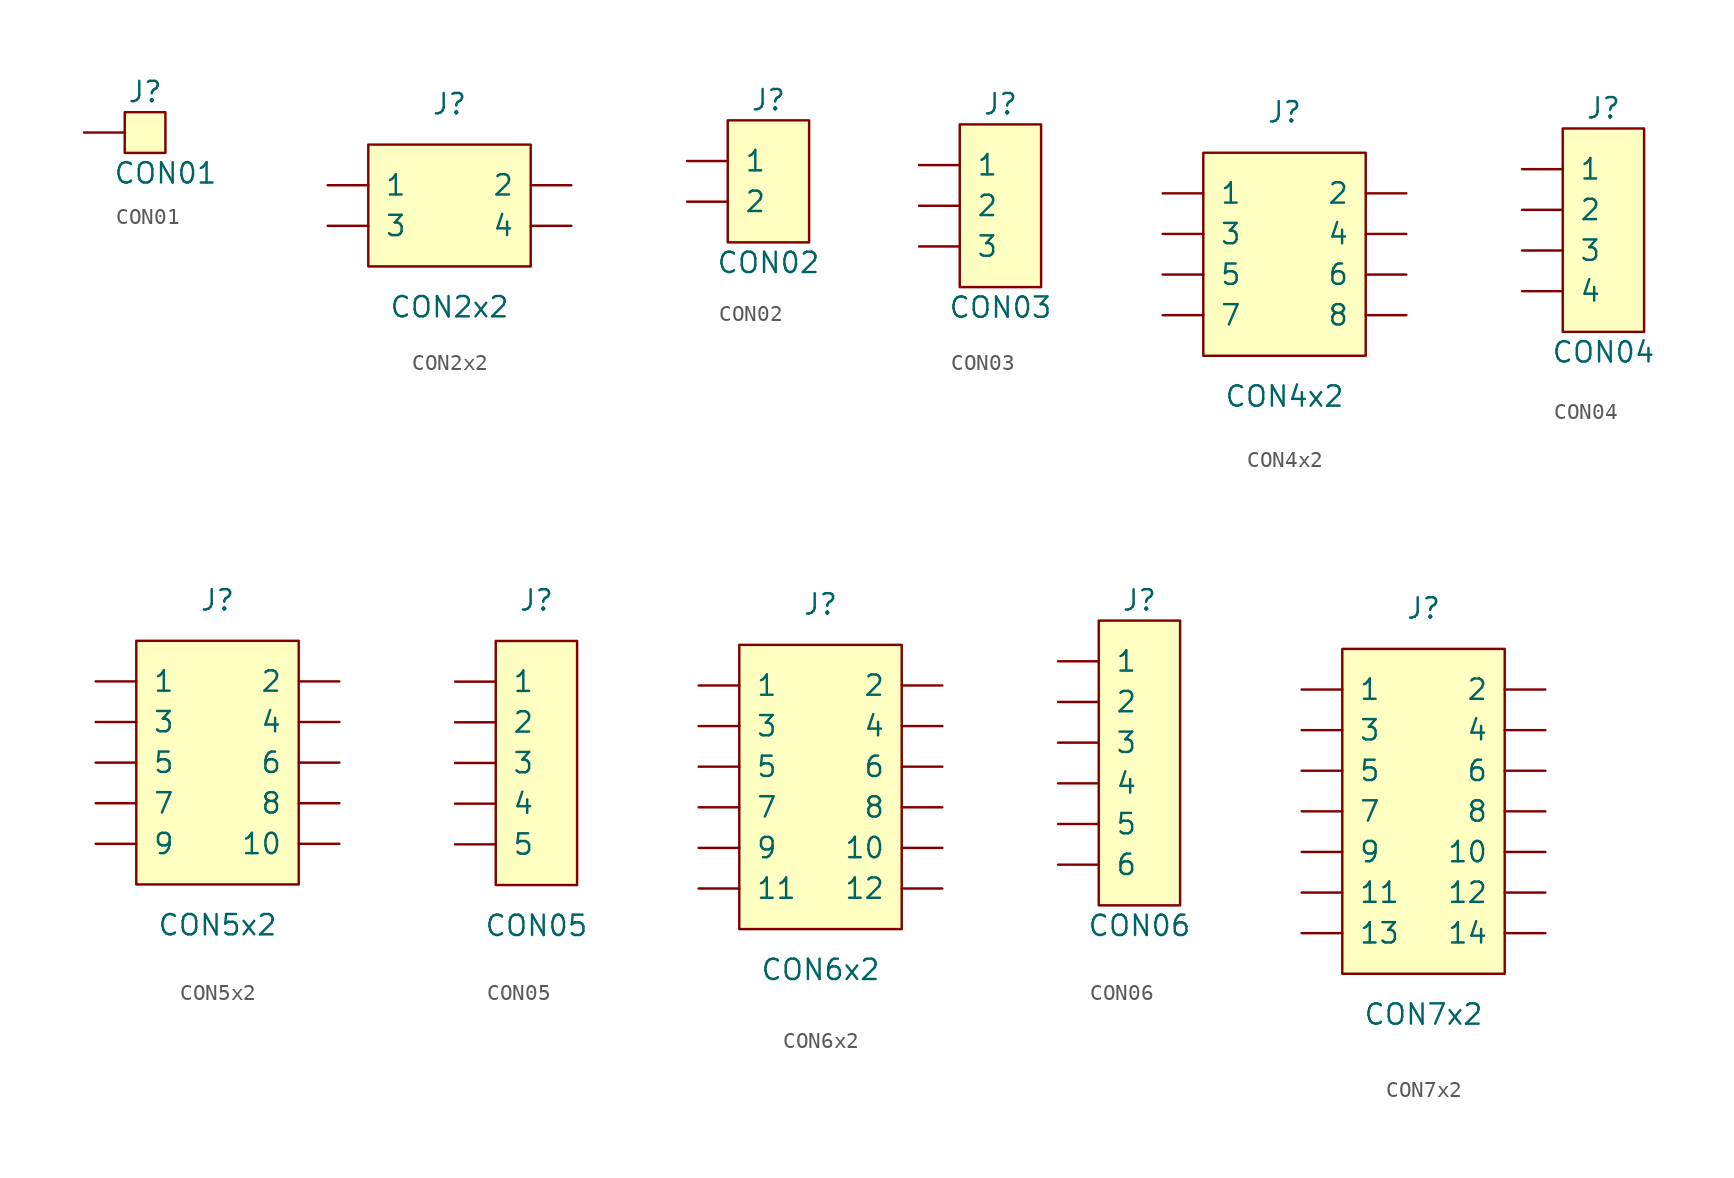
<source format=kicad_sym>
(kicad_symbol_lib
  (version 20220914)
  (generator kicad_symbol_editor)
  (symbol "CON01"
    (pin_numbers hide)
    (pin_names
      (offset 0) hide)
    (property "Reference" "J"
      (at 3.81 2.54 0)
      (effects (font (size 1.27 1.27))))
    (property "Value" "CON01"
      (at 5.08 -2.54 0)
      (effects (font (size 1.27 1.27))))
    (symbol "CON01_0_1"
      (rectangle (start 2.54 1.27) (end 5.08 -1.27) (stroke (width 0.152) (type default)) (fill (type background))))
    (symbol "CON01_1_1"
      (pin passive line (at 0 0 0) (length 2.54) (name "~" (effects (font (size 1.27 1.27)))) (number "1" (effects (font (size 1.27 1.27)))))))
  (symbol "CON2x2"
    (pin_numbers hide)
    (pin_names
      (offset 1.016))
    (property "Reference" "J"
      (at 0 5.08 0)
      (effects (font (size 1.27 1.27))))
    (property "Value" "CON2x2"
      (at 0 -7.62 0)
      (effects (font (size 1.27 1.27))))
    (symbol "CON2x2_0_1"
      (rectangle (start -5.08 2.54) (end 5.08 -5.08) (stroke (width 0.152) (type default)) (fill (type background))))
    (symbol "CON2x2_1_1"
      (pin passive line (at -7.62 0 0) (length 2.54) (name "1" (effects (font (size 1.27 1.27)))) (number "1" (effects (font (size 1.27 1.27)))))
      (pin passive line (at 7.62 0 180) (length 2.54) (name "2" (effects (font (size 1.27 1.27)))) (number "2" (effects (font (size 1.27 1.27)))))
      (pin passive line (at -7.62 -2.54 0) (length 2.54) (name "3" (effects (font (size 1.27 1.27)))) (number "3" (effects (font (size 1.27 1.27)))))
      (pin passive line (at 7.62 -2.54 180) (length 2.54) (name "4" (effects (font (size 1.27 1.27)))) (number "4" (effects (font (size 1.27 1.27)))))))
  (symbol "CON02"
    (pin_numbers hide)
    (pin_names
      (offset 1.016))
    (property "Reference" "J"
      (at 5.08 3.81 0)
      (effects (font (size 1.27 1.27))))
    (property "Value" "CON02"
      (at 5.08 -6.35 0)
      (effects (font (size 1.27 1.27))))
    (symbol "CON02_0_1"
      (rectangle (start 2.54 2.54) (end 7.62 -5.08) (stroke (width 0.152) (type default)) (fill (type background))))
    (symbol "CON02_1_1"
      (pin passive line (at 0 0 0) (length 2.54) (name "1" (effects (font (size 1.27 1.27)))) (number "1" (effects (font (size 1.27 1.27)))))
      (pin passive line (at 0 -2.54 0) (length 2.54) (name "2" (effects (font (size 1.27 1.27)))) (number "2" (effects (font (size 1.27 1.27)))))))
  (symbol "CON03"
    (pin_numbers hide)
    (pin_names
      (offset 1.016))
    (property "Reference" "J"
      (at 5.08 3.81 0)
      (effects (font (size 1.27 1.27))))
    (property "Value" "CON03"
      (at 5.08 -8.89 0)
      (effects (font (size 1.27 1.27))))
    (symbol "CON03_0_1"
      (rectangle (start 2.54 2.54) (end 7.62 -7.62) (stroke (width 0.152) (type default)) (fill (type background))))
    (symbol "CON03_1_1"
      (pin passive line (at 0 0 0) (length 2.54) (name "1" (effects (font (size 1.27 1.27)))) (number "1" (effects (font (size 1.27 1.27)))))
      (pin passive line (at 0 -2.54 0) (length 2.54) (name "2" (effects (font (size 1.27 1.27)))) (number "2" (effects (font (size 1.27 1.27)))))
      (pin passive line (at 0 -5.08 0) (length 2.54) (name "3" (effects (font (size 1.27 1.27)))) (number "3" (effects (font (size 1.27 1.27)))))))
  (symbol "CON4x2"
    (pin_numbers hide)
    (pin_names
      (offset 1.016))
    (property "Reference" "J"
      (at 0 7.62 0)
      (effects (font (size 1.27 1.27))))
    (property "Value" "CON4x2"
      (at 0 -10.16 0)
      (effects (font (size 1.27 1.27))))
    (symbol "CON4x2_0_1"
      (rectangle (start -5.08 5.08) (end 5.08 -7.62) (stroke (width 0.152) (type default)) (fill (type background))))
    (symbol "CON4x2_1_1"
      (pin passive line (at -7.62 2.54 0) (length 2.54) (name "1" (effects (font (size 1.27 1.27)))) (number "1" (effects (font (size 1.27 1.27)))))
      (pin passive line (at 7.62 2.54 180) (length 2.54) (name "2" (effects (font (size 1.27 1.27)))) (number "2" (effects (font (size 1.27 1.27)))))
      (pin passive line (at -7.62 0 0) (length 2.54) (name "3" (effects (font (size 1.27 1.27)))) (number "3" (effects (font (size 1.27 1.27)))))
      (pin passive line (at 7.62 0 180) (length 2.54) (name "4" (effects (font (size 1.27 1.27)))) (number "4" (effects (font (size 1.27 1.27)))))
      (pin passive line (at -7.62 -2.54 0) (length 2.54) (name "5" (effects (font (size 1.27 1.27)))) (number "5" (effects (font (size 1.27 1.27)))))
      (pin passive line (at 7.62 -2.54 180) (length 2.54) (name "6" (effects (font (size 1.27 1.27)))) (number "6" (effects (font (size 1.27 1.27)))))
      (pin passive line (at -7.62 -5.08 0) (length 2.54) (name "7" (effects (font (size 1.27 1.27)))) (number "7" (effects (font (size 1.27 1.27)))))
      (pin passive line (at 7.62 -5.08 180) (length 2.54) (name "8" (effects (font (size 1.27 1.27)))) (number "8" (effects (font (size 1.27 1.27)))))))
  (symbol "CON04"
    (pin_numbers hide)
    (pin_names
      (offset 1.016))
    (property "Reference" "J"
      (at 5.08 3.81 0)
      (effects (font (size 1.27 1.27))))
    (property "Value" "CON04"
      (at 5.08 -11.43 0)
      (effects (font (size 1.27 1.27))))
    (symbol "CON04_0_1"
      (rectangle (start 2.54 2.54) (end 7.62 -10.16) (stroke (width 0.152) (type default)) (fill (type background))))
    (symbol "CON04_1_1"
      (pin passive line (at 0 0 0) (length 2.54) (name "1" (effects (font (size 1.27 1.27)))) (number "1" (effects (font (size 1.27 1.27)))))
      (pin passive line (at 0 -2.54 0) (length 2.54) (name "2" (effects (font (size 1.27 1.27)))) (number "2" (effects (font (size 1.27 1.27)))))
      (pin passive line (at 0 -5.08 0) (length 2.54) (name "3" (effects (font (size 1.27 1.27)))) (number "3" (effects (font (size 1.27 1.27)))))
      (pin passive line (at 0 -7.62 0) (length 2.54) (name "4" (effects (font (size 1.27 1.27)))) (number "4" (effects (font (size 1.27 1.27)))))))
  (symbol "CON5x2"
    (pin_numbers hide)
    (pin_names
      (offset 1.016))
    (property "Reference" "J"
      (at 0 10.16 0)
      (effects (font (size 1.27 1.27))))
    (property "Value" "CON5x2"
      (at 0 -10.16 0)
      (effects (font (size 1.27 1.27))))
    (symbol "CON5x2_0_1"
      (rectangle (start -5.08 7.62) (end 5.08 -7.62) (stroke (width 0.152) (type default)) (fill (type background))))
    (symbol "CON5x2_1_1"
      (pin passive line (at -7.62 5.08 0) (length 2.54) (name "1" (effects (font (size 1.27 1.27)))) (number "1" (effects (font (size 1.27 1.27)))))
      (pin passive line (at 7.62 -5.08 180) (length 2.54) (name "10" (effects (font (size 1.27 1.27)))) (number "10" (effects (font (size 1.27 1.27)))))
      (pin passive line (at 7.62 5.08 180) (length 2.54) (name "2" (effects (font (size 1.27 1.27)))) (number "2" (effects (font (size 1.27 1.27)))))
      (pin passive line (at -7.62 2.54 0) (length 2.54) (name "3" (effects (font (size 1.27 1.27)))) (number "3" (effects (font (size 1.27 1.27)))))
      (pin passive line (at 7.62 2.54 180) (length 2.54) (name "4" (effects (font (size 1.27 1.27)))) (number "4" (effects (font (size 1.27 1.27)))))
      (pin passive line (at -7.62 0 0) (length 2.54) (name "5" (effects (font (size 1.27 1.27)))) (number "5" (effects (font (size 1.27 1.27)))))
      (pin passive line (at 7.62 0 180) (length 2.54) (name "6" (effects (font (size 1.27 1.27)))) (number "6" (effects (font (size 1.27 1.27)))))
      (pin passive line (at -7.62 -2.54 0) (length 2.54) (name "7" (effects (font (size 1.27 1.27)))) (number "7" (effects (font (size 1.27 1.27)))))
      (pin passive line (at 7.62 -2.54 180) (length 2.54) (name "8" (effects (font (size 1.27 1.27)))) (number "8" (effects (font (size 1.27 1.27)))))
      (pin passive line (at -7.62 -5.08 0) (length 2.54) (name "9" (effects (font (size 1.27 1.27)))) (number "9" (effects (font (size 1.27 1.27)))))))
  (symbol "CON05"
    (pin_numbers hide)
    (pin_names
      (offset 1.016))
    (property "Reference" "J"
      (at 5.08 5.08 0)
      (effects (font (size 1.27 1.27))))
    (property "Value" "CON05"
      (at 5.08 -15.24 0)
      (effects (font (size 1.27 1.27))))
    (symbol "CON05_0_1"
      (rectangle (start 2.54 2.54) (end 7.62 -12.7) (stroke (width 0.152) (type default)) (fill (type background))))
    (symbol "CON05_1_1"
      (pin passive line (at 0 0 0) (length 2.54) (name "1" (effects (font (size 1.27 1.27)))) (number "1" (effects (font (size 1.27 1.27)))))
      (pin passive line (at 0 -2.54 0) (length 2.54) (name "2" (effects (font (size 1.27 1.27)))) (number "2" (effects (font (size 1.27 1.27)))))
      (pin passive line (at 0 -5.08 0) (length 2.54) (name "3" (effects (font (size 1.27 1.27)))) (number "3" (effects (font (size 1.27 1.27)))))
      (pin passive line (at 0 -7.62 0) (length 2.54) (name "4" (effects (font (size 1.27 1.27)))) (number "4" (effects (font (size 1.27 1.27)))))
      (pin passive line (at 0 -10.16 0) (length 2.54) (name "5" (effects (font (size 1.27 1.27)))) (number "5" (effects (font (size 1.27 1.27)))))))
  (symbol "CON6x2"
    (pin_numbers hide)
    (pin_names
      (offset 1.016))
    (property "Reference" "J"
      (at 0 10.16 0)
      (effects (font (size 1.27 1.27))))
    (property "Value" "CON6x2"
      (at 0 -12.7 0)
      (effects (font (size 1.27 1.27))))
    (symbol "CON6x2_0_1"
      (rectangle (start -5.08 7.62) (end 5.08 -10.16) (stroke (width 0.152) (type default)) (fill (type background))))
    (symbol "CON6x2_1_1"
      (pin passive line (at -7.62 5.08 0) (length 2.54) (name "1" (effects (font (size 1.27 1.27)))) (number "1" (effects (font (size 1.27 1.27)))))
      (pin passive line (at 7.62 -5.08 180) (length 2.54) (name "10" (effects (font (size 1.27 1.27)))) (number "10" (effects (font (size 1.27 1.27)))))
      (pin passive line (at -7.62 -7.62 0) (length 2.54) (name "11" (effects (font (size 1.27 1.27)))) (number "11" (effects (font (size 1.27 1.27)))))
      (pin passive line (at 7.62 -7.62 180) (length 2.54) (name "12" (effects (font (size 1.27 1.27)))) (number "12" (effects (font (size 1.27 1.27)))))
      (pin passive line (at 7.62 5.08 180) (length 2.54) (name "2" (effects (font (size 1.27 1.27)))) (number "2" (effects (font (size 1.27 1.27)))))
      (pin passive line (at -7.62 2.54 0) (length 2.54) (name "3" (effects (font (size 1.27 1.27)))) (number "3" (effects (font (size 1.27 1.27)))))
      (pin passive line (at 7.62 2.54 180) (length 2.54) (name "4" (effects (font (size 1.27 1.27)))) (number "4" (effects (font (size 1.27 1.27)))))
      (pin passive line (at -7.62 0 0) (length 2.54) (name "5" (effects (font (size 1.27 1.27)))) (number "5" (effects (font (size 1.27 1.27)))))
      (pin passive line (at 7.62 0 180) (length 2.54) (name "6" (effects (font (size 1.27 1.27)))) (number "6" (effects (font (size 1.27 1.27)))))
      (pin passive line (at -7.62 -2.54 0) (length 2.54) (name "7" (effects (font (size 1.27 1.27)))) (number "7" (effects (font (size 1.27 1.27)))))
      (pin passive line (at 7.62 -2.54 180) (length 2.54) (name "8" (effects (font (size 1.27 1.27)))) (number "8" (effects (font (size 1.27 1.27)))))
      (pin passive line (at -7.62 -5.08 0) (length 2.54) (name "9" (effects (font (size 1.27 1.27)))) (number "9" (effects (font (size 1.27 1.27)))))))
  (symbol "CON06"
    (pin_numbers hide)
    (pin_names
      (offset 1.016))
    (property "Reference" "J"
      (at 5.08 3.81 0)
      (effects (font (size 1.27 1.27))))
    (property "Value" "CON06"
      (at 5.08 -16.51 0)
      (effects (font (size 1.27 1.27))))
    (symbol "CON06_0_1"
      (rectangle (start 2.54 2.54) (end 7.62 -15.24) (stroke (width 0.152) (type default)) (fill (type background))))
    (symbol "CON06_1_1"
      (pin passive line (at 0 0 0) (length 2.54) (name "1" (effects (font (size 1.27 1.27)))) (number "1" (effects (font (size 1.27 1.27)))))
      (pin passive line (at 0 -2.54 0) (length 2.54) (name "2" (effects (font (size 1.27 1.27)))) (number "2" (effects (font (size 1.27 1.27)))))
      (pin passive line (at 0 -5.08 0) (length 2.54) (name "3" (effects (font (size 1.27 1.27)))) (number "3" (effects (font (size 1.27 1.27)))))
      (pin passive line (at 0 -7.62 0) (length 2.54) (name "4" (effects (font (size 1.27 1.27)))) (number "4" (effects (font (size 1.27 1.27)))))
      (pin passive line (at 0 -10.16 0) (length 2.54) (name "5" (effects (font (size 1.27 1.27)))) (number "5" (effects (font (size 1.27 1.27)))))
      (pin passive line (at 0 -12.7 0) (length 2.54) (name "6" (effects (font (size 1.27 1.27)))) (number "6" (effects (font (size 1.27 1.27)))))))
  (symbol "CON7x2"
    (pin_numbers hide)
    (pin_names
      (offset 1.016))
    (property "Reference" "J"
      (at 0 12.7 0)
      (effects (font (size 1.27 1.27))))
    (property "Value" "CON7x2"
      (at 0 -12.7 0)
      (effects (font (size 1.27 1.27))))
    (symbol "CON7x2_0_1"
      (rectangle (start -5.08 10.16) (end 5.08 -10.16) (stroke (width 0.152) (type default)) (fill (type background))))
    (symbol "CON7x2_1_1"
      (pin passive line (at -7.62 7.62 0) (length 2.54) (name "1" (effects (font (size 1.27 1.27)))) (number "1" (effects (font (size 1.27 1.27)))))
      (pin passive line (at 7.62 -2.54 180) (length 2.54) (name "10" (effects (font (size 1.27 1.27)))) (number "10" (effects (font (size 1.27 1.27)))))
      (pin passive line (at -7.62 -5.08 0) (length 2.54) (name "11" (effects (font (size 1.27 1.27)))) (number "11" (effects (font (size 1.27 1.27)))))
      (pin passive line (at 7.62 -5.08 180) (length 2.54) (name "12" (effects (font (size 1.27 1.27)))) (number "12" (effects (font (size 1.27 1.27)))))
      (pin passive line (at -7.62 -7.62 0) (length 2.54) (name "13" (effects (font (size 1.27 1.27)))) (number "13" (effects (font (size 1.27 1.27)))))
      (pin passive line (at 7.62 -7.62 180) (length 2.54) (name "14" (effects (font (size 1.27 1.27)))) (number "14" (effects (font (size 1.27 1.27)))))
      (pin passive line (at 7.62 7.62 180) (length 2.54) (name "2" (effects (font (size 1.27 1.27)))) (number "2" (effects (font (size 1.27 1.27)))))
      (pin passive line (at -7.62 5.08 0) (length 2.54) (name "3" (effects (font (size 1.27 1.27)))) (number "3" (effects (font (size 1.27 1.27)))))
      (pin passive line (at 7.62 5.08 180) (length 2.54) (name "4" (effects (font (size 1.27 1.27)))) (number "4" (effects (font (size 1.27 1.27)))))
      (pin passive line (at -7.62 2.54 0) (length 2.54) (name "5" (effects (font (size 1.27 1.27)))) (number "5" (effects (font (size 1.27 1.27)))))
      (pin passive line (at 7.62 2.54 180) (length 2.54) (name "6" (effects (font (size 1.27 1.27)))) (number "6" (effects (font (size 1.27 1.27)))))
      (pin passive line (at -7.62 0 0) (length 2.54) (name "7" (effects (font (size 1.27 1.27)))) (number "7" (effects (font (size 1.27 1.27)))))
      (pin passive line (at 7.62 0 180) (length 2.54) (name "8" (effects (font (size 1.27 1.27)))) (number "8" (effects (font (size 1.27 1.27)))))
      (pin passive line (at -7.62 -2.54 0) (length 2.54) (name "9" (effects (font (size 1.27 1.27)))) (number "9" (effects (font (size 1.27 1.27))))))))
</source>
